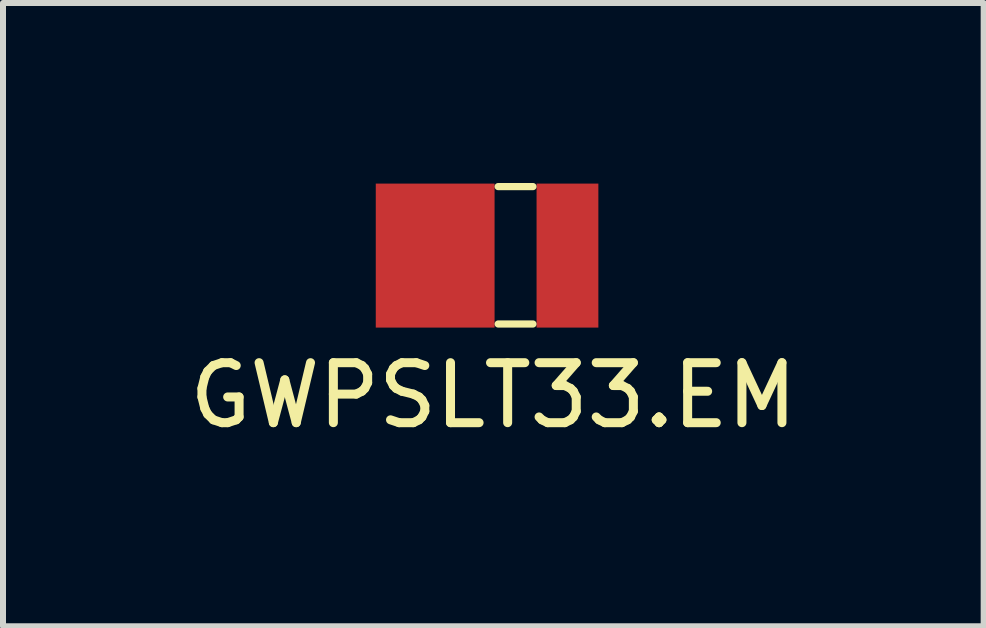
<source format=kicad_pcb>
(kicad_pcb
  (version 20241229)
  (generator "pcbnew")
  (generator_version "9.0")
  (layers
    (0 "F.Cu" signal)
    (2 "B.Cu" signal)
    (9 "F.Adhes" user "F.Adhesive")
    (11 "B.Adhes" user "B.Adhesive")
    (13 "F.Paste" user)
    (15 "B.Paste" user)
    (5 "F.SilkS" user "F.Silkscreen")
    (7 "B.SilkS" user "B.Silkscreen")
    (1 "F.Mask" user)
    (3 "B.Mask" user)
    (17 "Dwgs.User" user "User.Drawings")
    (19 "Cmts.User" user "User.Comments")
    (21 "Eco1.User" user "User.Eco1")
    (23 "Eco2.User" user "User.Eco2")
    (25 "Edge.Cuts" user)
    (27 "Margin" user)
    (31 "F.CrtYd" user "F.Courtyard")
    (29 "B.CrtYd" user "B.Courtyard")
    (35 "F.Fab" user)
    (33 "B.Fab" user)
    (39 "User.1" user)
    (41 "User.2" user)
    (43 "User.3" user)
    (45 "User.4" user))
  (footprint "GWPSLT33.EM"
    (layer "F.Cu")
    (at 5.063 1.21)
    (property "Reference" "GWPSLT33.EM" (at 0.11 2.33 0) (layer "F.SilkS") (effects (font (size 1 1) (thickness 0.15))))
    (attr through_hole)
    (fp_line (start 0.19 -1.15) (end 0.77 -1.15) (stroke (width 0.12) (type solid)) (layer "F.SilkS"))
    (fp_line (start 0.19 1.14) (end 0.77 1.14) (stroke (width 0.12) (type solid)) (layer "F.SilkS"))
    (pad "1" smd rect (at -0.86 0) (size 1.98 2.4) (layers "F.Cu" "F.Mask" "F.Paste"))
    (pad "2" smd rect (at 1.345 0) (size 1.03 2.4) (layers "F.Cu" "F.Mask" "F.Paste")))
  (gr_rect
    (start -3 -3)
    (end 13.345 7.388)
    (stroke (width 0.1) (type default))
    (fill no)
    (layer "Edge.Cuts")))
</source>
